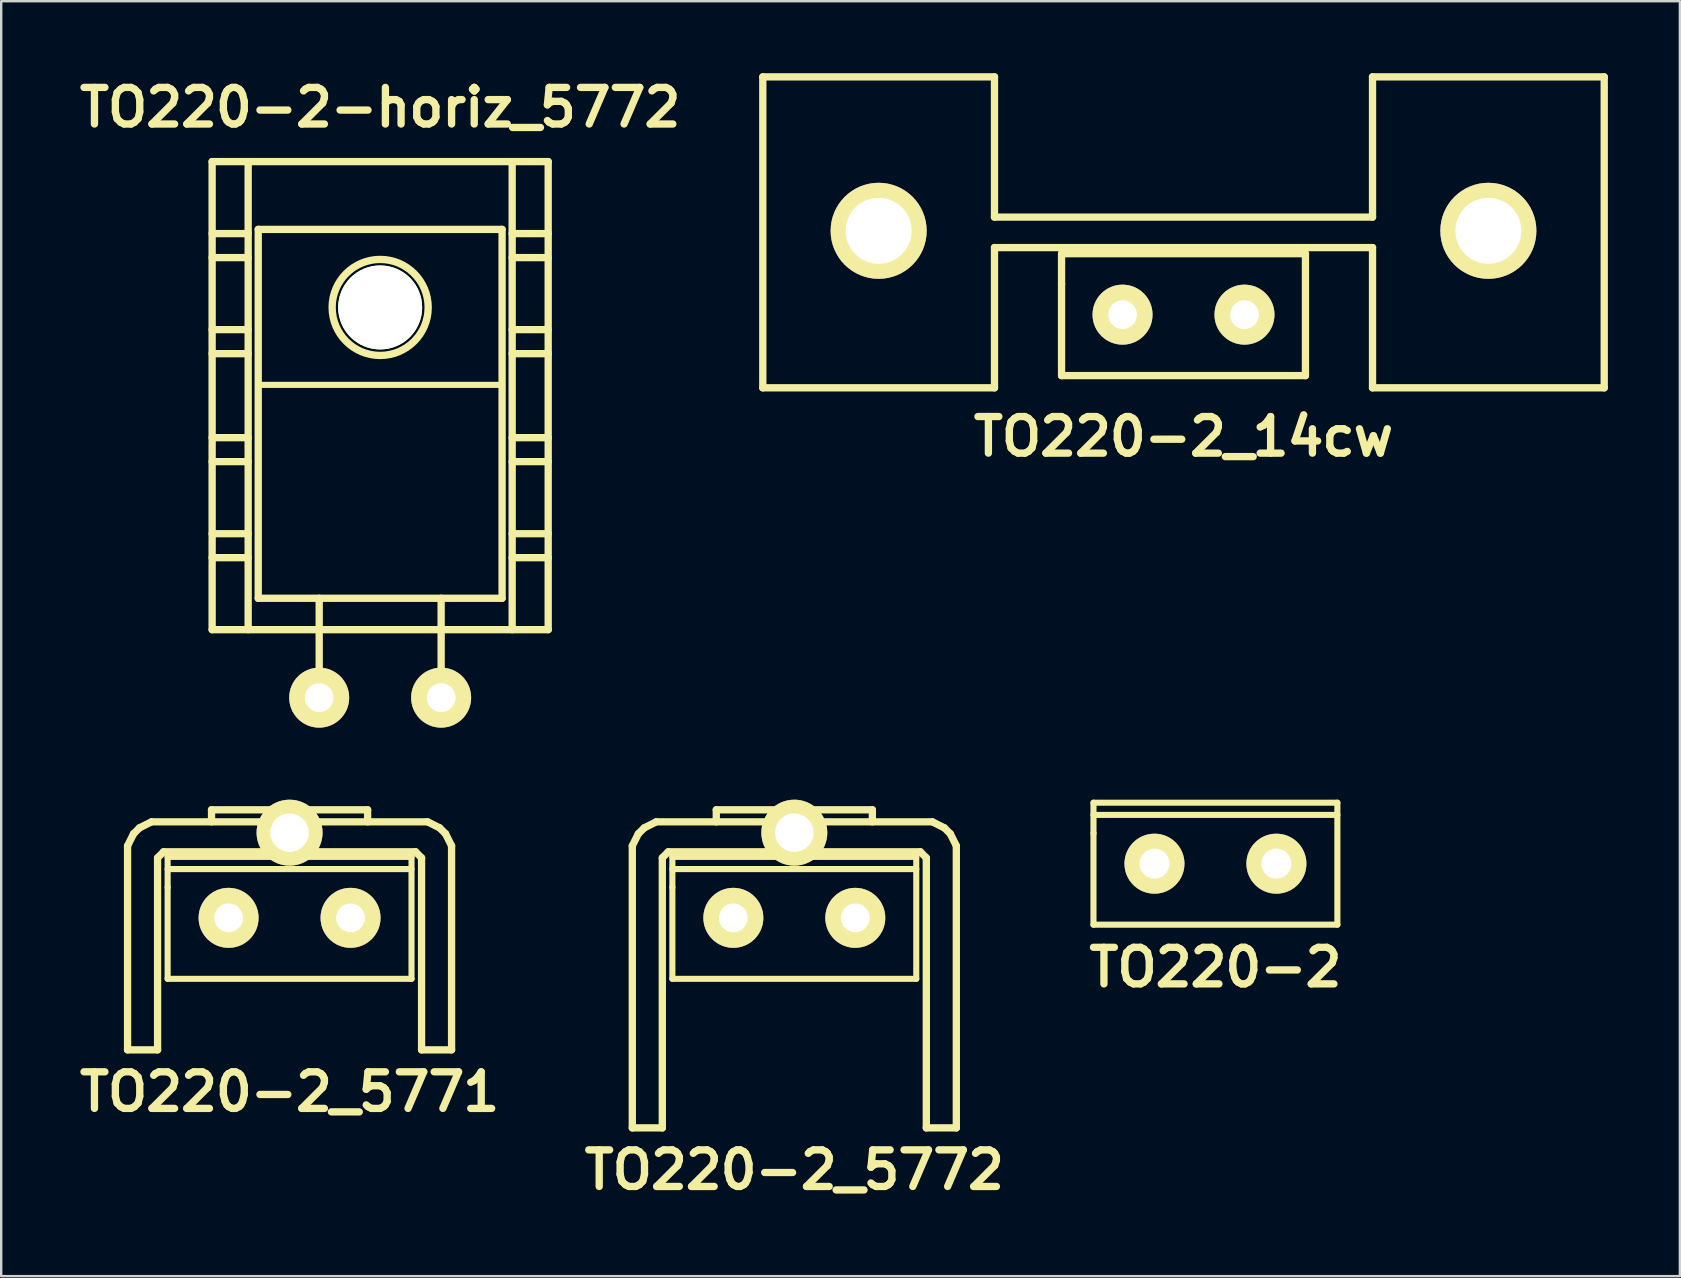
<source format=kicad_pcb>
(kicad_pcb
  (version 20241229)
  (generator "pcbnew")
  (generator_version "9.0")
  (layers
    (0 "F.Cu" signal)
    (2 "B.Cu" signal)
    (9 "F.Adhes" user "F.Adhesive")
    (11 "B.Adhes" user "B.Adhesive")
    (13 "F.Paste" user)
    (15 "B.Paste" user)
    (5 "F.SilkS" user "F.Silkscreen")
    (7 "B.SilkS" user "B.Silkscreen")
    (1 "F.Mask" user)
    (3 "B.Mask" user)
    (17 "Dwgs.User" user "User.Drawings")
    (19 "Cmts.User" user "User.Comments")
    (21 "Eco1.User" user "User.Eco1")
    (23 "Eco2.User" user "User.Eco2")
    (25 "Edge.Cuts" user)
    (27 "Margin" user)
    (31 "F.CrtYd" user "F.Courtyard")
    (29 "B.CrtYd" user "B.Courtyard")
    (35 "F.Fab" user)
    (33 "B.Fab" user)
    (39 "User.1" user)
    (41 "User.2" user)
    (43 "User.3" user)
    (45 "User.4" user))
  (footprint "TO220-2_14cw"
    (layer "F.Cu")
    (at 46.253 10.058)
    (property "Reference" "TO220-2_14cw" (at 0 5.08 0) (layer "F.SilkS") (effects (font (size 1.524 1.524) (thickness 0.305))))
    (attr through_hole)
    (fp_line (start -17.526 -9.906) (end -17.526 3.048) (stroke (width 0.305) (type solid)) (layer "F.SilkS"))
    (fp_line (start -17.526 3.048) (end -7.874 3.048) (stroke (width 0.305) (type solid)) (layer "F.SilkS"))
    (fp_line (start -7.874 -9.906) (end -17.526 -9.906) (stroke (width 0.305) (type solid)) (layer "F.SilkS"))
    (fp_line (start -7.874 -9.906) (end -7.874 -4.064) (stroke (width 0.305) (type solid)) (layer "F.SilkS"))
    (fp_line (start -7.874 -2.794) (end -7.874 3.048) (stroke (width 0.305) (type solid)) (layer "F.SilkS"))
    (fp_line (start -7.874 -2.794) (end 7.874 -2.794) (stroke (width 0.305) (type solid)) (layer "F.SilkS"))
    (fp_line (start -5.08 -2.54) (end -5.08 -1.27) (stroke (width 0.305) (type solid)) (layer "F.SilkS"))
    (fp_line (start -5.08 -1.27) (end -5.08 2.54) (stroke (width 0.305) (type solid)) (layer "F.SilkS"))
    (fp_line (start -5.08 2.54) (end 5.08 2.54) (stroke (width 0.305) (type solid)) (layer "F.SilkS"))
    (fp_line (start 5.08 -2.54) (end -5.08 -2.54) (stroke (width 0.305) (type solid)) (layer "F.SilkS"))
    (fp_line (start 5.08 2.54) (end 5.08 -2.54) (stroke (width 0.305) (type solid)) (layer "F.SilkS"))
    (fp_line (start 7.874 -9.906) (end 7.874 -4.064) (stroke (width 0.305) (type solid)) (layer "F.SilkS"))
    (fp_line (start 7.874 -4.064) (end -7.874 -4.064) (stroke (width 0.305) (type solid)) (layer "F.SilkS"))
    (fp_line (start 7.874 3.048) (end 7.874 -2.794) (stroke (width 0.305) (type solid)) (layer "F.SilkS"))
    (fp_line (start 7.874 3.048) (end 17.526 3.048) (stroke (width 0.305) (type solid)) (layer "F.SilkS"))
    (fp_line (start 17.526 -9.906) (end 7.874 -9.906) (stroke (width 0.305) (type solid)) (layer "F.SilkS"))
    (fp_line (start 17.526 -9.906) (end 17.526 3.048) (stroke (width 0.305) (type solid)) (layer "F.SilkS"))
    (pad "" thru_hole circle (at -12.7 -3.493) (size 4 4) (drill 2.748) (layers "*.Cu" "*.Mask" "F.SilkS"))
    (pad "" thru_hole circle (at 12.7 -3.493) (size 4 4) (drill 2.748) (layers "*.Cu" "*.Mask" "F.SilkS"))
    (pad "1" thru_hole circle (at -2.54 0) (size 2.499 2.499) (drill 1.199) (layers "*.Cu" "*.Mask" "F.SilkS"))
    (pad "2" thru_hole circle (at 2.54 0) (size 2.499 2.499) (drill 1.199) (layers "*.Cu" "*.Mask" "F.SilkS")))
  (footprint "TO220-2_5771"
    (layer "F.Cu")
    (at 9.013 35.186)
    (property "Reference" "TO220-2_5771" (at 0 7.249 0) (layer "F.SilkS") (effects (font (size 1.524 1.524) (thickness 0.305))))
    (attr through_hole)
    (fp_line (start -6.749 -3) (end -6.749 5.499) (stroke (width 0.305) (type solid)) (layer "F.SilkS"))
    (fp_line (start -6.749 -3) (end -6.5 -3.5) (stroke (width 0.305) (type solid)) (layer "F.SilkS"))
    (fp_line (start -6.5 -3.5) (end -6.251 -3.749) (stroke (width 0.305) (type solid)) (layer "F.SilkS"))
    (fp_line (start -6.251 -3.749) (end -5.751 -4) (stroke (width 0.305) (type solid)) (layer "F.SilkS"))
    (fp_line (start -5.499 -2.499) (end -5.25 -2.751) (stroke (width 0.305) (type solid)) (layer "F.SilkS"))
    (fp_line (start -5.499 5.499) (end -6.749 5.499) (stroke (width 0.305) (type solid)) (layer "F.SilkS"))
    (fp_line (start -5.499 5.499) (end -5.499 -2.499) (stroke (width 0.305) (type solid)) (layer "F.SilkS"))
    (fp_line (start -5.25 -2.751) (end 5.25 -2.751) (stroke (width 0.305) (type solid)) (layer "F.SilkS"))
    (fp_line (start -5.08 -2.54) (end -5.08 -1.27) (stroke (width 0.254) (type solid)) (layer "F.SilkS"))
    (fp_line (start -5.08 -2.032) (end 5.08 -2.032) (stroke (width 0.254) (type solid)) (layer "F.SilkS"))
    (fp_line (start -5.08 -1.27) (end -5.08 2.54) (stroke (width 0.254) (type solid)) (layer "F.SilkS"))
    (fp_line (start -5.08 2.54) (end 5.08 2.54) (stroke (width 0.254) (type solid)) (layer "F.SilkS"))
    (fp_line (start -3.251 -4.501) (end 3.251 -4.501) (stroke (width 0.305) (type solid)) (layer "F.SilkS"))
    (fp_line (start -3.251 -4) (end -3.251 -4.501) (stroke (width 0.305) (type solid)) (layer "F.SilkS"))
    (fp_line (start 3.251 -4.501) (end 3.251 -4) (stroke (width 0.305) (type solid)) (layer "F.SilkS"))
    (fp_line (start 5.08 -2.54) (end -5.08 -2.54) (stroke (width 0.254) (type solid)) (layer "F.SilkS"))
    (fp_line (start 5.08 2.54) (end 5.08 -2.54) (stroke (width 0.254) (type solid)) (layer "F.SilkS"))
    (fp_line (start 5.25 -2.751) (end 5.499 -2.499) (stroke (width 0.305) (type solid)) (layer "F.SilkS"))
    (fp_line (start 5.499 5.499) (end 5.499 -2.499) (stroke (width 0.305) (type solid)) (layer "F.SilkS"))
    (fp_line (start 5.751 -4) (end -5.751 -4) (stroke (width 0.305) (type solid)) (layer "F.SilkS"))
    (fp_line (start 5.751 -4) (end 6.251 -3.749) (stroke (width 0.305) (type solid)) (layer "F.SilkS"))
    (fp_line (start 6.251 -3.749) (end 6.5 -3.5) (stroke (width 0.305) (type solid)) (layer "F.SilkS"))
    (fp_line (start 6.5 -3.5) (end 6.749 -3) (stroke (width 0.305) (type solid)) (layer "F.SilkS"))
    (fp_line (start 6.749 -3) (end 6.749 5.499) (stroke (width 0.305) (type solid)) (layer "F.SilkS"))
    (fp_line (start 6.749 5.499) (end 5.499 5.499) (stroke (width 0.305) (type solid)) (layer "F.SilkS"))
    (pad "" thru_hole circle (at 0 -3.548) (size 2.748 2.748) (drill 1.598) (layers "*.Cu" "*.Mask" "F.SilkS"))
    (pad "1" thru_hole circle (at -2.54 0) (size 2.499 2.499) (drill 1.199) (layers "*.Cu" "*.Mask" "F.SilkS"))
    (pad "2" thru_hole circle (at 2.54 0) (size 2.499 2.499) (drill 1.199) (layers "*.Cu" "*.Mask" "F.SilkS")))
  (footprint "TO220-2-horiz_5772"
    (layer "F.Cu")
    (at 12.787 17.682)
    (property "Reference" "TO220-2-horiz_5772" (at 0 -16.256 0) (layer "F.SilkS") (effects (font (size 1.524 1.524) (thickness 0.305))))
    (attr through_hole)
    (fp_line (start -7 -14) (end -7 5.499) (stroke (width 0.305) (type solid)) (layer "F.SilkS"))
    (fp_line (start -7 -11.001) (end -5.499 -11.001) (stroke (width 0.305) (type solid)) (layer "F.SilkS"))
    (fp_line (start -7 -10) (end -5.499 -10) (stroke (width 0.305) (type solid)) (layer "F.SilkS"))
    (fp_line (start -7 -7) (end -5.499 -7) (stroke (width 0.305) (type solid)) (layer "F.SilkS"))
    (fp_line (start -7 -5.999) (end -5.499 -5.999) (stroke (width 0.305) (type solid)) (layer "F.SilkS"))
    (fp_line (start -7 -2.499) (end -5.499 -2.499) (stroke (width 0.305) (type solid)) (layer "F.SilkS"))
    (fp_line (start -7 -1.501) (end -5.499 -1.501) (stroke (width 0.305) (type solid)) (layer "F.SilkS"))
    (fp_line (start -7 1.501) (end -5.499 1.501) (stroke (width 0.305) (type solid)) (layer "F.SilkS"))
    (fp_line (start -7 2.499) (end -5.499 2.499) (stroke (width 0.305) (type solid)) (layer "F.SilkS"))
    (fp_line (start -7 5.499) (end 7 5.499) (stroke (width 0.305) (type solid)) (layer "F.SilkS"))
    (fp_line (start -5.499 5.499) (end -5.499 -14) (stroke (width 0.305) (type solid)) (layer "F.SilkS"))
    (fp_line (start -5.08 -11.176) (end -5.08 4.191) (stroke (width 0.305) (type solid)) (layer "F.SilkS"))
    (fp_line (start -5.08 4.191) (end 5.08 4.191) (stroke (width 0.305) (type solid)) (layer "F.SilkS"))
    (fp_line (start -2.54 8.382) (end -2.54 4.191) (stroke (width 0.305) (type solid)) (layer "F.SilkS"))
    (fp_line (start 2.54 8.382) (end 2.54 4.191) (stroke (width 0.305) (type solid)) (layer "F.SilkS"))
    (fp_line (start 5.08 -11.176) (end -5.08 -11.176) (stroke (width 0.305) (type solid)) (layer "F.SilkS"))
    (fp_line (start 5.08 -4.699) (end -5.08 -4.699) (stroke (width 0.254) (type solid)) (layer "F.SilkS"))
    (fp_line (start 5.08 4.191) (end 5.08 -11.176) (stroke (width 0.305) (type solid)) (layer "F.SilkS"))
    (fp_line (start 5.499 -14) (end 5.499 5.499) (stroke (width 0.305) (type solid)) (layer "F.SilkS"))
    (fp_line (start 5.499 -11.001) (end 7 -11.001) (stroke (width 0.305) (type solid)) (layer "F.SilkS"))
    (fp_line (start 5.499 -10) (end 7 -10) (stroke (width 0.305) (type solid)) (layer "F.SilkS"))
    (fp_line (start 5.499 -7) (end 7 -7) (stroke (width 0.305) (type solid)) (layer "F.SilkS"))
    (fp_line (start 5.499 -5.999) (end 7 -5.999) (stroke (width 0.305) (type solid)) (layer "F.SilkS"))
    (fp_line (start 5.499 -2.499) (end 7 -2.499) (stroke (width 0.305) (type solid)) (layer "F.SilkS"))
    (fp_line (start 5.499 -1.501) (end 7 -1.501) (stroke (width 0.305) (type solid)) (layer "F.SilkS"))
    (fp_line (start 5.499 1.501) (end 7 1.501) (stroke (width 0.305) (type solid)) (layer "F.SilkS"))
    (fp_line (start 5.499 2.499) (end 7 2.499) (stroke (width 0.305) (type solid)) (layer "F.SilkS"))
    (fp_line (start 7 -14) (end -7 -14) (stroke (width 0.305) (type solid)) (layer "F.SilkS"))
    (fp_line (start 7 5.499) (end 7 -14) (stroke (width 0.305) (type solid)) (layer "F.SilkS"))
    (fp_circle (center 0 -7.925) (end -1.999 -8.001) (stroke (width 0.305) (type solid)) (fill no) (layer "F.SilkS"))
    (pad "" np_thru_hole circle (at 0 -7.925) (size 3.498 3.498) (drill 3.498) (layers "*.Cu" "*.Mask" "F.SilkS"))
    (pad "1" thru_hole circle (at -2.54 8.331) (size 2.499 2.499) (drill 1.199) (layers "*.Cu" "*.Mask" "F.SilkS"))
    (pad "2" thru_hole circle (at 2.54 8.331) (size 2.499 2.499) (drill 1.199) (layers "*.Cu" "*.Mask" "F.SilkS")))
  (footprint "TO220-2_5772"
    (layer "F.Cu")
    (at 30.04 35.186)
    (property "Reference" "TO220-2_5772" (at 0 10.5 0) (layer "F.SilkS") (effects (font (size 1.524 1.524) (thickness 0.305))))
    (attr through_hole)
    (fp_line (start -6.749 -3) (end -6.749 8.75) (stroke (width 0.305) (type solid)) (layer "F.SilkS"))
    (fp_line (start -6.749 -3) (end -6.5 -3.5) (stroke (width 0.305) (type solid)) (layer "F.SilkS"))
    (fp_line (start -6.5 -3.5) (end -6.251 -3.749) (stroke (width 0.305) (type solid)) (layer "F.SilkS"))
    (fp_line (start -6.251 -3.749) (end -5.751 -4) (stroke (width 0.305) (type solid)) (layer "F.SilkS"))
    (fp_line (start -5.499 -2.499) (end -5.25 -2.751) (stroke (width 0.305) (type solid)) (layer "F.SilkS"))
    (fp_line (start -5.499 8.75) (end -6.749 8.75) (stroke (width 0.305) (type solid)) (layer "F.SilkS"))
    (fp_line (start -5.499 8.75) (end -5.499 -2.499) (stroke (width 0.305) (type solid)) (layer "F.SilkS"))
    (fp_line (start -5.25 -2.751) (end 5.25 -2.751) (stroke (width 0.305) (type solid)) (layer "F.SilkS"))
    (fp_line (start -5.08 -2.54) (end -5.08 -1.27) (stroke (width 0.254) (type solid)) (layer "F.SilkS"))
    (fp_line (start -5.08 -2.032) (end 5.08 -2.032) (stroke (width 0.254) (type solid)) (layer "F.SilkS"))
    (fp_line (start -5.08 -1.27) (end -5.08 2.54) (stroke (width 0.254) (type solid)) (layer "F.SilkS"))
    (fp_line (start -5.08 2.54) (end 5.08 2.54) (stroke (width 0.254) (type solid)) (layer "F.SilkS"))
    (fp_line (start -3.251 -4.501) (end 3.251 -4.501) (stroke (width 0.305) (type solid)) (layer "F.SilkS"))
    (fp_line (start -3.251 -4) (end -3.251 -4.501) (stroke (width 0.305) (type solid)) (layer "F.SilkS"))
    (fp_line (start 3.251 -4.501) (end 3.251 -4) (stroke (width 0.305) (type solid)) (layer "F.SilkS"))
    (fp_line (start 5.08 -2.54) (end -5.08 -2.54) (stroke (width 0.254) (type solid)) (layer "F.SilkS"))
    (fp_line (start 5.08 2.54) (end 5.08 -2.54) (stroke (width 0.254) (type solid)) (layer "F.SilkS"))
    (fp_line (start 5.25 -2.751) (end 5.499 -2.499) (stroke (width 0.305) (type solid)) (layer "F.SilkS"))
    (fp_line (start 5.499 -2.499) (end 5.499 8.75) (stroke (width 0.305) (type solid)) (layer "F.SilkS"))
    (fp_line (start 5.751 -4) (end -5.751 -4) (stroke (width 0.305) (type solid)) (layer "F.SilkS"))
    (fp_line (start 5.751 -4) (end 6.251 -3.749) (stroke (width 0.305) (type solid)) (layer "F.SilkS"))
    (fp_line (start 6.251 -3.749) (end 6.5 -3.5) (stroke (width 0.305) (type solid)) (layer "F.SilkS"))
    (fp_line (start 6.5 -3.5) (end 6.749 -3) (stroke (width 0.305) (type solid)) (layer "F.SilkS"))
    (fp_line (start 6.749 -3) (end 6.749 8.75) (stroke (width 0.305) (type solid)) (layer "F.SilkS"))
    (fp_line (start 6.749 8.75) (end 5.499 8.75) (stroke (width 0.305) (type solid)) (layer "F.SilkS"))
    (pad "" thru_hole circle (at 0 -3.548) (size 2.748 2.748) (drill 1.598) (layers "*.Cu" "*.Mask" "F.SilkS"))
    (pad "1" thru_hole circle (at -2.54 0) (size 2.499 2.499) (drill 1.199) (layers "*.Cu" "*.Mask" "F.SilkS"))
    (pad "2" thru_hole circle (at 2.54 0) (size 2.499 2.499) (drill 1.199) (layers "*.Cu" "*.Mask" "F.SilkS")))
  (footprint "TO220-2"
    (layer "F.Cu")
    (at 47.583 32.93)
    (property "Reference" "TO220-2" (at 0 4.318 0) (layer "F.SilkS") (effects (font (size 1.524 1.524) (thickness 0.305))))
    (attr through_hole)
    (fp_line (start -5.08 -2.54) (end -5.08 -1.27) (stroke (width 0.254) (type solid)) (layer "F.SilkS"))
    (fp_line (start -5.08 -2.032) (end 5.08 -2.032) (stroke (width 0.254) (type solid)) (layer "F.SilkS"))
    (fp_line (start -5.08 -1.27) (end -5.08 2.54) (stroke (width 0.254) (type solid)) (layer "F.SilkS"))
    (fp_line (start -5.08 2.54) (end 5.08 2.54) (stroke (width 0.254) (type solid)) (layer "F.SilkS"))
    (fp_line (start 5.08 -2.54) (end -5.08 -2.54) (stroke (width 0.254) (type solid)) (layer "F.SilkS"))
    (fp_line (start 5.08 2.54) (end 5.08 -2.54) (stroke (width 0.254) (type solid)) (layer "F.SilkS"))
    (pad "1" thru_hole circle (at -2.54 0) (size 2.499 2.499) (drill 1.25) (layers "*.Cu" "*.Mask" "F.SilkS"))
    (pad "2" thru_hole circle (at 2.54 0) (size 2.499 2.499) (drill 1.25) (layers "*.Cu" "*.Mask" "F.SilkS")))
  (gr_rect
    (start -3 -3)
    (end 66.931 50.113)
    (stroke (width 0.1) (type default))
    (fill no)
    (layer "Edge.Cuts")))
</source>
